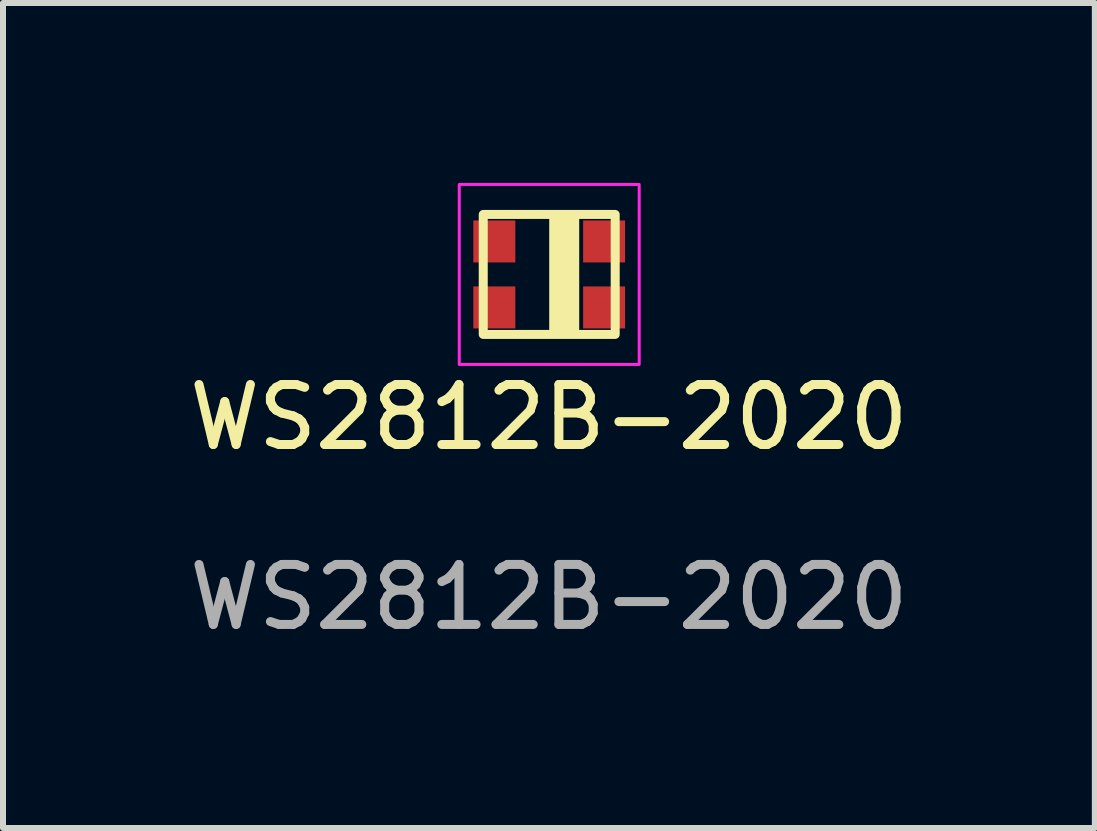
<source format=kicad_pcb>
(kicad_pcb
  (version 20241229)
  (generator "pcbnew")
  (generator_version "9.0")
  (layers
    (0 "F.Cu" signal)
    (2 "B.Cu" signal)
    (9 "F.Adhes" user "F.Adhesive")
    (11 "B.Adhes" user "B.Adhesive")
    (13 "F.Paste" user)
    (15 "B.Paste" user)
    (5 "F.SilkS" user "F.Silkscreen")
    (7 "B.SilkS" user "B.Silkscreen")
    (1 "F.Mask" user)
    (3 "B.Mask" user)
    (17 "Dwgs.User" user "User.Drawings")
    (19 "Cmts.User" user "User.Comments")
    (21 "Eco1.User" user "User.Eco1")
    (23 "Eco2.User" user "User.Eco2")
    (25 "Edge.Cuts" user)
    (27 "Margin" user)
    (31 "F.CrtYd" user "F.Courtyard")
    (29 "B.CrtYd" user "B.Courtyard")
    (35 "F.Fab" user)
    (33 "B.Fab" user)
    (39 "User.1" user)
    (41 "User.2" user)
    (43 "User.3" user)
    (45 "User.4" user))
  (footprint "WS2812B-2020"
    (layer "F.Cu")
    (at 6.106 1.525)
    (property "Reference" "WS2812B-2020" (at -0.005 2.38 0) (unlocked yes) (layer "F.SilkS") (effects (font (size 1 1) (thickness 0.15))))
    (attr smd)
    (fp_rect (start -1.1 -1) (end 1.1 1) (stroke (width 0.15) (type solid)) (fill no) (layer "F.SilkS"))
    (fp_rect (start 0 -1) (end 0.5 1) (stroke (width 0) (type solid)) (fill yes) (layer "F.SilkS"))
    (fp_rect (start -1.5 -1.5) (end 1.5 1.5) (stroke (width 0.05) (type solid)) (fill no) (layer "F.CrtYd"))
    (fp_text user "${REFERENCE}" (at -0.005 5.38 0) (unlocked yes) (layer "F.Fab") (effects (font (size 1 1) (thickness 0.15))))
    (pad "1" smd rect (at 0.915 0.55) (size 0.7 0.7) (layers "F.Cu" "F.Mask" "F.Paste"))
    (pad "2" smd rect (at 0.915 -0.55) (size 0.7 0.7) (layers "F.Cu" "F.Mask" "F.Paste"))
    (pad "3" smd rect (at -0.915 -0.55) (size 0.7 0.7) (layers "F.Cu" "F.Mask" "F.Paste"))
    (pad "4" smd rect (at -0.915 0.55) (size 0.7 0.7) (layers "F.Cu" "F.Mask" "F.Paste")))
  (gr_rect
    (start -3 -3)
    (end 15.202 10.753)
    (stroke (width 0.1) (type default))
    (fill no)
    (layer "Edge.Cuts")))
</source>
